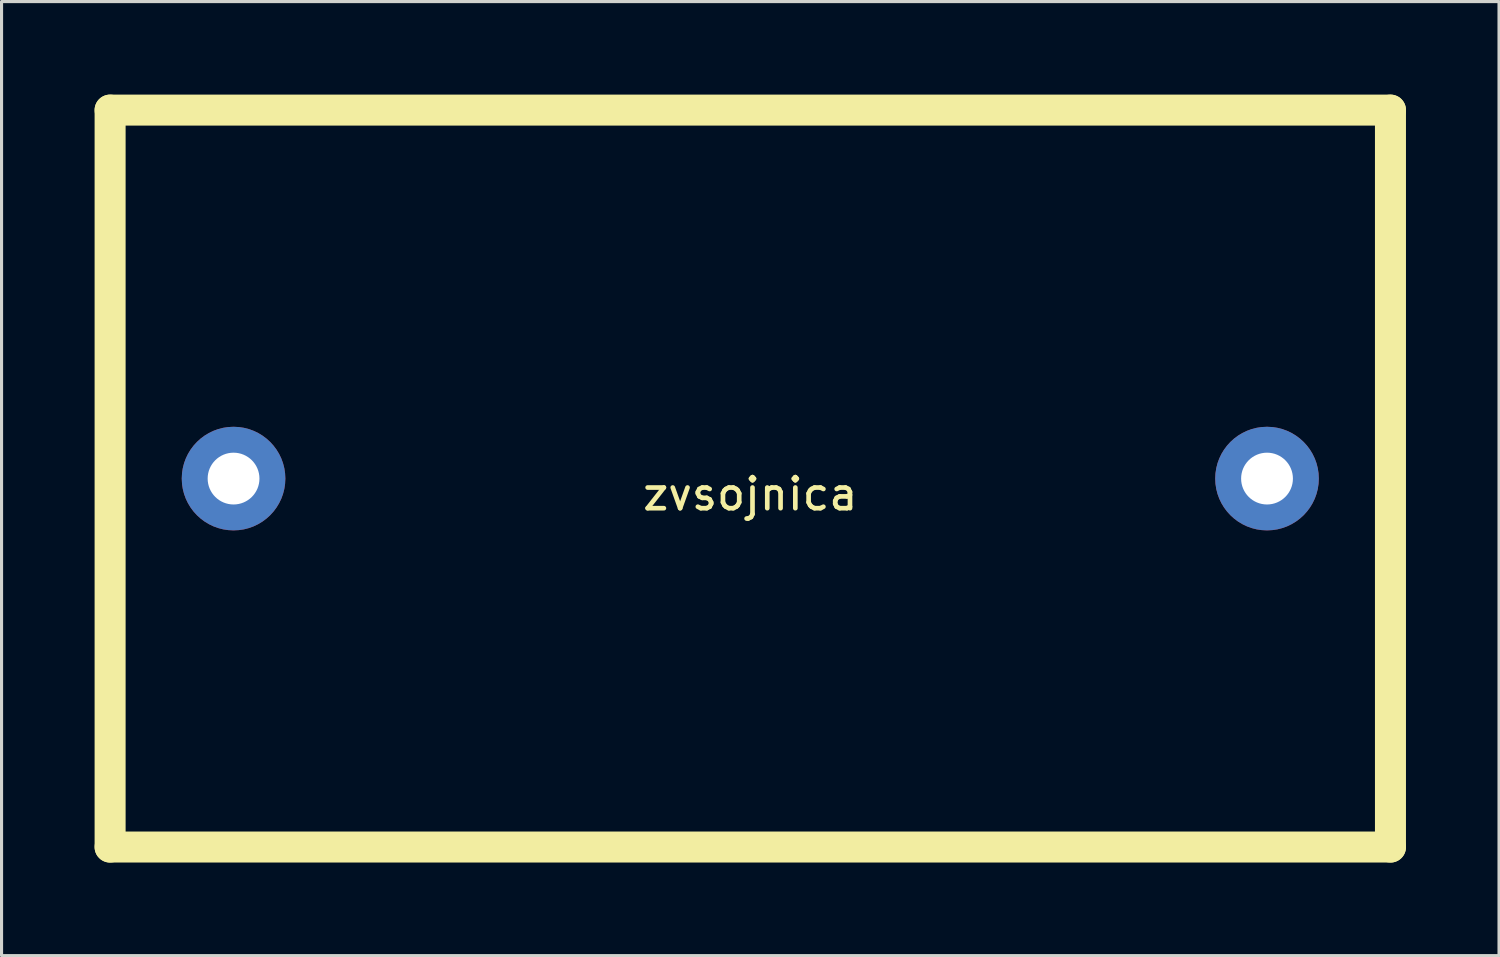
<source format=kicad_pcb>
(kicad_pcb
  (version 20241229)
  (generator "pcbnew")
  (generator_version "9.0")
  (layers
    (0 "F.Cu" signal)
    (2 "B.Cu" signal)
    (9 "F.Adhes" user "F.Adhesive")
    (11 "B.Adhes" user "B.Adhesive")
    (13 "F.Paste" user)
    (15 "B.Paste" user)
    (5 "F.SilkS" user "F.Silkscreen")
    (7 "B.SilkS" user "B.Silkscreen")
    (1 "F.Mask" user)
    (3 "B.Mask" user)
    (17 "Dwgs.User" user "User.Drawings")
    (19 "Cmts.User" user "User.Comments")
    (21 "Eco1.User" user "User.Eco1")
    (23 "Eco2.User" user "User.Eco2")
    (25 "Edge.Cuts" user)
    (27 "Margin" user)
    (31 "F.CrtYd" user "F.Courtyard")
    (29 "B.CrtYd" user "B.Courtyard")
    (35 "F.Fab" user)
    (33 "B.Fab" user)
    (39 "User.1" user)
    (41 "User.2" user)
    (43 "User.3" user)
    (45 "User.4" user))
  (footprint "zvsojnica"
    (layer "F.Cu")
    (at 21.14 12.38)
    (property "Reference" "zvsojnica" (at 0 0.5 0) (layer "F.SilkS") (effects (font (size 1 1) (thickness 0.15))))
    (attr through_hole)
    (fp_line (start -20.64 -11.88) (end -20.64 11.88) (stroke (width 1) (type solid)) (layer "F.SilkS"))
    (fp_line (start -20.64 -11.88) (end 20.64 -11.88) (stroke (width 1) (type solid)) (layer "F.SilkS"))
    (fp_line (start -20.64 11.88) (end 20.64 11.88) (stroke (width 1) (type solid)) (layer "F.SilkS"))
    (fp_line (start 20.64 -11.88) (end 20.64 11.88) (stroke (width 1) (type solid)) (layer "F.SilkS"))
    (pad "1" thru_hole circle (at 16.66 0) (size 3.34 3.34) (drill 1.67) (layers "*.Cu" "*.Mask"))
    (pad "2" thru_hole circle (at -16.66 0) (size 3.34 3.34) (drill 1.67) (layers "*.Cu" "*.Mask")))
  (gr_rect
    (start -3 -3)
    (end 45.28 27.76)
    (stroke (width 0.1) (type default))
    (fill no)
    (layer "Edge.Cuts")))
</source>
